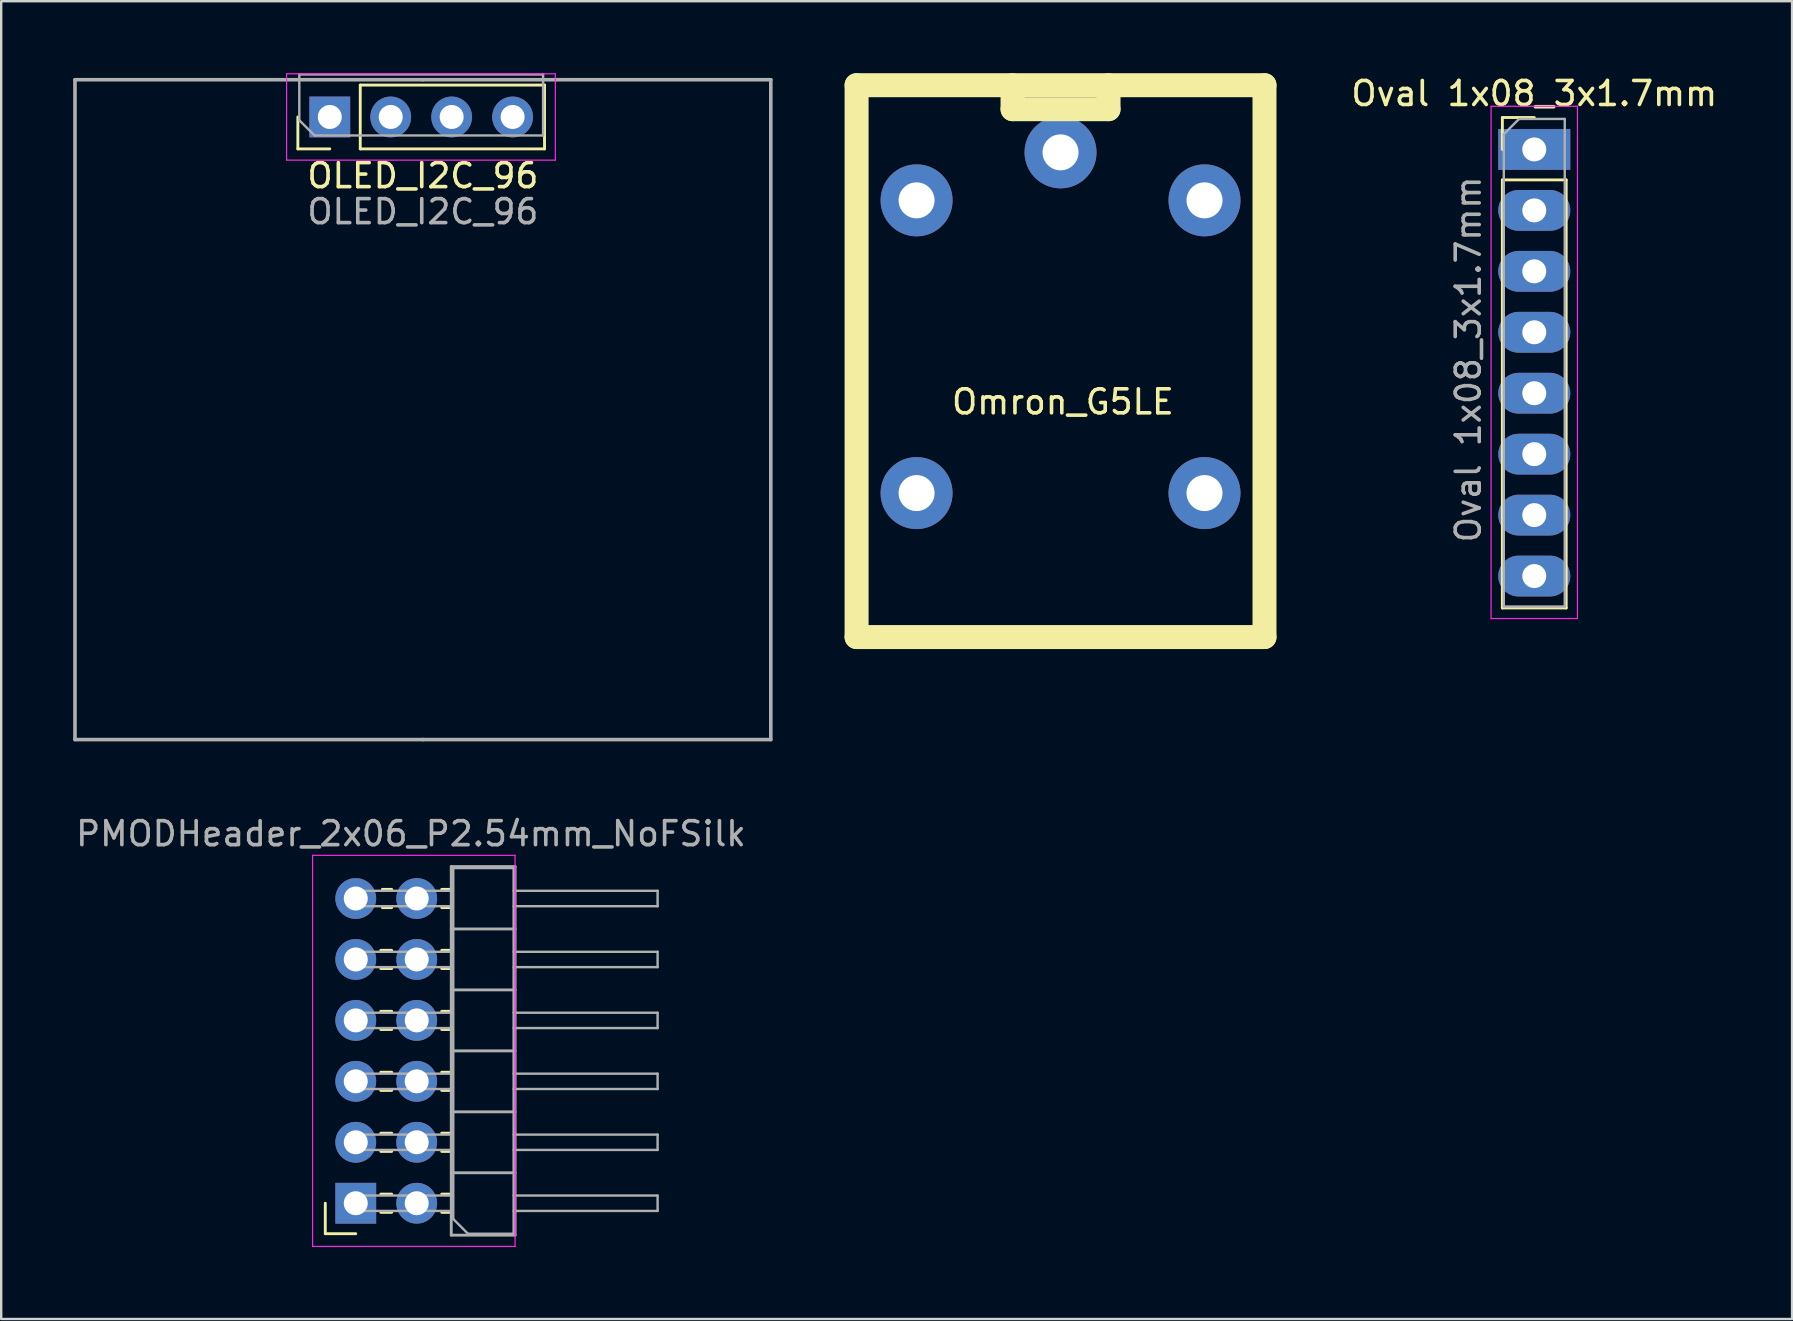
<source format=kicad_pcb>
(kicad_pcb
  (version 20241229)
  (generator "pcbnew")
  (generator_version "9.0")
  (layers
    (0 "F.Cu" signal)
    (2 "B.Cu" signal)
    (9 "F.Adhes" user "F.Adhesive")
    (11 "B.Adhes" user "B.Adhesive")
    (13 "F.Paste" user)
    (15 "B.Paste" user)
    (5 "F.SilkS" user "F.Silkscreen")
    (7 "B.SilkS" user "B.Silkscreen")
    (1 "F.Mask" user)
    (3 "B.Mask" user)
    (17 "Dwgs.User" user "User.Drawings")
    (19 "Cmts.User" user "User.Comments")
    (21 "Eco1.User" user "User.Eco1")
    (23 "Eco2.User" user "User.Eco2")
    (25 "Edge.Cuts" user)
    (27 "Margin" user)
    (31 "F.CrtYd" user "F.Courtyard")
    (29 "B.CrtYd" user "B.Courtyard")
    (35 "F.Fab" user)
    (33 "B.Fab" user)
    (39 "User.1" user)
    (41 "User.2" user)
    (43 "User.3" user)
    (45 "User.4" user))
  (footprint "OLED_I2C_96"
    (layer "F.Cu")
    (at 14.575 0.773)
    (property "Reference" "OLED_I2C_96" (at 0 3.5 180) (layer "F.SilkS") (effects (font (size 1 1) (thickness 0.15))))
    (attr through_hole)
    (fp_line (start -5.211 2.382) (end -5.211 1.052) (stroke (width 0.12) (type solid)) (layer "F.SilkS"))
    (fp_line (start -3.881 2.382) (end -5.211 2.382) (stroke (width 0.12) (type solid)) (layer "F.SilkS"))
    (fp_line (start -2.611 -0.278) (end 5.069 -0.278) (stroke (width 0.12) (type solid)) (layer "F.SilkS"))
    (fp_line (start -2.611 2.382) (end -2.611 -0.278) (stroke (width 0.12) (type solid)) (layer "F.SilkS"))
    (fp_line (start -2.611 2.382) (end 5.069 2.382) (stroke (width 0.12) (type solid)) (layer "F.SilkS"))
    (fp_line (start 5.069 2.382) (end 5.069 -0.278) (stroke (width 0.12) (type solid)) (layer "F.SilkS"))
    (fp_line (start -5.681 -0.748) (end -5.681 2.852) (stroke (width 0.05) (type solid)) (layer "F.CrtYd"))
    (fp_line (start -5.681 2.852) (end 5.519 2.852) (stroke (width 0.05) (type solid)) (layer "F.CrtYd"))
    (fp_line (start 5.519 -0.748) (end -5.681 -0.748) (stroke (width 0.05) (type solid)) (layer "F.CrtYd"))
    (fp_line (start 5.519 2.852) (end 5.519 -0.748) (stroke (width 0.05) (type solid)) (layer "F.CrtYd"))
    (fp_line (start -14.5 -0.5) (end -14.5 27) (stroke (width 0.15) (type solid)) (layer "F.Fab"))
    (fp_line (start -14.5 -0.5) (end 0 -0.5) (stroke (width 0.15) (type solid)) (layer "F.Fab"))
    (fp_line (start -14.5 27) (end 0 27) (stroke (width 0.15) (type solid)) (layer "F.Fab"))
    (fp_line (start -5.151 -0.718) (end 5.009 -0.718) (stroke (width 0.1) (type solid)) (layer "F.Fab"))
    (fp_line (start -5.151 1.187) (end -5.151 -0.718) (stroke (width 0.1) (type solid)) (layer "F.Fab"))
    (fp_line (start -4.516 1.822) (end -5.151 1.187) (stroke (width 0.1) (type solid)) (layer "F.Fab"))
    (fp_line (start 0 -0.5) (end 14.5 -0.5) (stroke (width 0.15) (type solid)) (layer "F.Fab"))
    (fp_line (start 0 27) (end 14.5 27) (stroke (width 0.15) (type solid)) (layer "F.Fab"))
    (fp_line (start 5.009 -0.718) (end 5.009 1.822) (stroke (width 0.1) (type solid)) (layer "F.Fab"))
    (fp_line (start 5.009 1.822) (end -4.516 1.822) (stroke (width 0.1) (type solid)) (layer "F.Fab"))
    (fp_line (start 14.5 -0.5) (end 14.5 27) (stroke (width 0.15) (type solid)) (layer "F.Fab"))
    (fp_text user "${REFERENCE}" (at 0 5 180) (layer "F.Fab") (effects (font (size 1 1) (thickness 0.15))))
    (pad "1" thru_hole rect (at -3.881 1.052 90) (size 1.7 1.7) (drill 1) (layers "*.Cu" "*.Mask"))
    (pad "2" thru_hole oval (at -1.341 1.052 90) (size 1.7 1.7) (drill 1) (layers "*.Cu" "*.Mask"))
    (pad "3" thru_hole oval (at 1.199 1.052 90) (size 1.7 1.7) (drill 1) (layers "*.Cu" "*.Mask"))
    (pad "4" thru_hole oval (at 3.739 1.052 90) (size 1.7 1.7) (drill 1) (layers "*.Cu" "*.Mask")))
  (footprint "Omron_G5LE"
    (layer "F.Cu")
    (at 41.15 12)
    (property "Reference" "Omron_G5LE" (at 0.1 1.7 0) (layer "F.SilkS") (effects (font (size 1 1) (thickness 0.15))))
    (attr through_hole)
    (fp_line (start -8.5 -11.5) (end -8.5 11.5) (stroke (width 1) (type solid)) (layer "F.SilkS"))
    (fp_line (start -8.5 11.5) (end 8.5 11.5) (stroke (width 1) (type solid)) (layer "F.SilkS"))
    (fp_line (start -2 -10.5) (end -2 -11.5) (stroke (width 1) (type solid)) (layer "F.SilkS"))
    (fp_line (start 2 -10.5) (end -2 -10.5) (stroke (width 1) (type solid)) (layer "F.SilkS"))
    (fp_line (start 2 -10.5) (end 2 -11.5) (stroke (width 1) (type solid)) (layer "F.SilkS"))
    (fp_line (start 8.5 -11.5) (end -8.5 -11.5) (stroke (width 1) (type solid)) (layer "F.SilkS"))
    (fp_line (start 8.5 11.5) (end 8.5 -11.5) (stroke (width 1) (type solid)) (layer "F.SilkS"))
    (pad "1" thru_hole circle (at 0 -8.7) (size 3 3) (drill 1.5) (layers "*.Cu" "*.Mask"))
    (pad "2" thru_hole circle (at 6 -6.7) (size 3 3) (drill 1.5) (layers "*.Cu" "*.Mask"))
    (pad "3" thru_hole circle (at 6 5.5) (size 3 3) (drill 1.5) (layers "*.Cu" "*.Mask"))
    (pad "4" thru_hole circle (at -6 5.5) (size 3 3) (drill 1.5) (layers "*.Cu" "*.Mask"))
    (pad "5" thru_hole circle (at -6 -6.7) (size 3 3) (drill 1.5) (layers "*.Cu" "*.Mask")))
  (footprint "Oval 1x08_3x1.7mm"
    (layer "F.Cu")
    (at 60.894 3.178)
    (property "Reference" "Oval 1x08_3x1.7mm" (at 0 -2.33 0) (layer "F.SilkS") (effects (font (size 1 1) (thickness 0.15))))
    (attr through_hole)
    (fp_line (start -1.33 -1.33) (end 0 -1.33) (stroke (width 0.12) (type solid)) (layer "F.SilkS"))
    (fp_line (start -1.33 0) (end -1.33 -1.33) (stroke (width 0.12) (type solid)) (layer "F.SilkS"))
    (fp_line (start -1.33 1.27) (end -1.33 19.11) (stroke (width 0.12) (type solid)) (layer "F.SilkS"))
    (fp_line (start -1.33 1.27) (end 1.33 1.27) (stroke (width 0.12) (type solid)) (layer "F.SilkS"))
    (fp_line (start -1.33 19.11) (end 1.33 19.11) (stroke (width 0.12) (type solid)) (layer "F.SilkS"))
    (fp_line (start 1.33 1.27) (end 1.33 19.11) (stroke (width 0.12) (type solid)) (layer "F.SilkS"))
    (fp_line (start -1.8 -1.8) (end -1.8 19.55) (stroke (width 0.05) (type solid)) (layer "F.CrtYd"))
    (fp_line (start -1.8 19.55) (end 1.8 19.55) (stroke (width 0.05) (type solid)) (layer "F.CrtYd"))
    (fp_line (start 1.8 -1.8) (end -1.8 -1.8) (stroke (width 0.05) (type solid)) (layer "F.CrtYd"))
    (fp_line (start 1.8 19.55) (end 1.8 -1.8) (stroke (width 0.05) (type solid)) (layer "F.CrtYd"))
    (fp_line (start -1.27 -0.635) (end -0.635 -1.27) (stroke (width 0.1) (type solid)) (layer "F.Fab"))
    (fp_line (start -1.27 19.05) (end -1.27 -0.635) (stroke (width 0.1) (type solid)) (layer "F.Fab"))
    (fp_line (start -0.635 -1.27) (end 1.27 -1.27) (stroke (width 0.1) (type solid)) (layer "F.Fab"))
    (fp_line (start 1.27 -1.27) (end 1.27 19.05) (stroke (width 0.1) (type solid)) (layer "F.Fab"))
    (fp_line (start 1.27 19.05) (end -1.27 19.05) (stroke (width 0.1) (type solid)) (layer "F.Fab"))
    (fp_text user "${REFERENCE}" (at -2.75 8.75 90) (layer "F.Fab") (effects (font (size 1 1) (thickness 0.15))))
    (pad "1" thru_hole rect (at 0 0) (size 3 1.7) (drill 1) (layers "*.Cu" "*.Mask"))
    (pad "2" thru_hole oval (at 0 2.54) (size 3 1.7) (drill 1) (layers "*.Cu" "*.Mask"))
    (pad "3" thru_hole oval (at 0 5.08) (size 3 1.7) (drill 1) (layers "*.Cu" "*.Mask"))
    (pad "4" thru_hole oval (at 0 7.62) (size 3 1.7) (drill 1) (layers "*.Cu" "*.Mask"))
    (pad "5" thru_hole oval (at 0 10.16) (size 3 1.7) (drill 1) (layers "*.Cu" "*.Mask"))
    (pad "6" thru_hole oval (at 0 12.7) (size 3 1.7) (drill 1) (layers "*.Cu" "*.Mask"))
    (pad "7" thru_hole oval (at 0 15.24) (size 3 1.7) (drill 1) (layers "*.Cu" "*.Mask"))
    (pad "8" thru_hole oval (at 0 17.78) (size 3 1.7) (drill 1) (layers "*.Cu" "*.Mask")))
  (footprint "PMODHeader_2x06_P2.54mm_NoFSilk"
    (layer "F.Cu")
    (at 11.777 34.397)
    (property "Reference" "PMODHeader_2x06_P2.54mm_NoFSilk" (at 2.3 -2.7 180) (layer "F.Fab") (effects (font (size 1 1) (thickness 0.15))))
    (attr through_hole)
    (fp_line (start -1.27 13.97) (end -1.27 12.7) (stroke (width 0.12) (type solid)) (layer "F.SilkS"))
    (fp_line (start 0 13.97) (end -1.27 13.97) (stroke (width 0.12) (type solid)) (layer "F.SilkS"))
    (fp_line (start 1.043 2.16) (end 1.497 2.16) (stroke (width 0.12) (type solid)) (layer "F.SilkS"))
    (fp_line (start 1.043 2.92) (end 1.497 2.92) (stroke (width 0.12) (type solid)) (layer "F.SilkS"))
    (fp_line (start 1.043 4.7) (end 1.497 4.7) (stroke (width 0.12) (type solid)) (layer "F.SilkS"))
    (fp_line (start 1.043 5.46) (end 1.497 5.46) (stroke (width 0.12) (type solid)) (layer "F.SilkS"))
    (fp_line (start 1.043 7.24) (end 1.497 7.24) (stroke (width 0.12) (type solid)) (layer "F.SilkS"))
    (fp_line (start 1.043 8) (end 1.497 8) (stroke (width 0.12) (type solid)) (layer "F.SilkS"))
    (fp_line (start 1.043 9.78) (end 1.497 9.78) (stroke (width 0.12) (type solid)) (layer "F.SilkS"))
    (fp_line (start 1.043 10.54) (end 1.497 10.54) (stroke (width 0.12) (type solid)) (layer "F.SilkS"))
    (fp_line (start 1.043 12.32) (end 1.497 12.32) (stroke (width 0.12) (type solid)) (layer "F.SilkS"))
    (fp_line (start 1.043 13.08) (end 1.497 13.08) (stroke (width 0.12) (type solid)) (layer "F.SilkS"))
    (fp_line (start 1.11 -0.38) (end 1.497 -0.38) (stroke (width 0.12) (type solid)) (layer "F.SilkS"))
    (fp_line (start 1.11 0.38) (end 1.497 0.38) (stroke (width 0.12) (type solid)) (layer "F.SilkS"))
    (fp_line (start 3.583 -0.38) (end 3.98 -0.38) (stroke (width 0.12) (type solid)) (layer "F.SilkS"))
    (fp_line (start 3.583 0.38) (end 3.98 0.38) (stroke (width 0.12) (type solid)) (layer "F.SilkS"))
    (fp_line (start 3.583 2.16) (end 3.98 2.16) (stroke (width 0.12) (type solid)) (layer "F.SilkS"))
    (fp_line (start 3.583 2.92) (end 3.98 2.92) (stroke (width 0.12) (type solid)) (layer "F.SilkS"))
    (fp_line (start 3.583 4.7) (end 3.98 4.7) (stroke (width 0.12) (type solid)) (layer "F.SilkS"))
    (fp_line (start 3.583 5.46) (end 3.98 5.46) (stroke (width 0.12) (type solid)) (layer "F.SilkS"))
    (fp_line (start 3.583 7.24) (end 3.98 7.24) (stroke (width 0.12) (type solid)) (layer "F.SilkS"))
    (fp_line (start 3.583 8) (end 3.98 8) (stroke (width 0.12) (type solid)) (layer "F.SilkS"))
    (fp_line (start 3.583 9.78) (end 3.98 9.78) (stroke (width 0.12) (type solid)) (layer "F.SilkS"))
    (fp_line (start 3.583 10.54) (end 3.98 10.54) (stroke (width 0.12) (type solid)) (layer "F.SilkS"))
    (fp_line (start 3.583 12.32) (end 3.98 12.32) (stroke (width 0.12) (type solid)) (layer "F.SilkS"))
    (fp_line (start 3.583 13.08) (end 3.98 13.08) (stroke (width 0.12) (type solid)) (layer "F.SilkS"))
    (fp_line (start -1.8 -1.8) (end -1.8 14.5) (stroke (width 0.05) (type solid)) (layer "F.CrtYd"))
    (fp_line (start -1.8 14.5) (end 6.64 14.5) (stroke (width 0.05) (type solid)) (layer "F.CrtYd"))
    (fp_line (start 6.64 -1.8) (end -1.8 -1.8) (stroke (width 0.05) (type solid)) (layer "F.CrtYd"))
    (fp_line (start 6.64 14.5) (end 6.64 -1.8) (stroke (width 0.05) (type solid)) (layer "F.CrtYd"))
    (fp_line (start -0.32 -0.32) (end -0.32 0.32) (stroke (width 0.1) (type solid)) (layer "F.Fab"))
    (fp_line (start -0.32 -0.32) (end 4.04 -0.32) (stroke (width 0.1) (type solid)) (layer "F.Fab"))
    (fp_line (start -0.32 0.32) (end 4.04 0.32) (stroke (width 0.1) (type solid)) (layer "F.Fab"))
    (fp_line (start -0.32 2.22) (end -0.32 2.86) (stroke (width 0.1) (type solid)) (layer "F.Fab"))
    (fp_line (start -0.32 2.22) (end 4.04 2.22) (stroke (width 0.1) (type solid)) (layer "F.Fab"))
    (fp_line (start -0.32 2.86) (end 4.04 2.86) (stroke (width 0.1) (type solid)) (layer "F.Fab"))
    (fp_line (start -0.32 4.76) (end -0.32 5.4) (stroke (width 0.1) (type solid)) (layer "F.Fab"))
    (fp_line (start -0.32 4.76) (end 4.04 4.76) (stroke (width 0.1) (type solid)) (layer "F.Fab"))
    (fp_line (start -0.32 5.4) (end 4.04 5.4) (stroke (width 0.1) (type solid)) (layer "F.Fab"))
    (fp_line (start -0.32 7.3) (end -0.32 7.94) (stroke (width 0.1) (type solid)) (layer "F.Fab"))
    (fp_line (start -0.32 7.3) (end 4.04 7.3) (stroke (width 0.1) (type solid)) (layer "F.Fab"))
    (fp_line (start -0.32 7.94) (end 4.04 7.94) (stroke (width 0.1) (type solid)) (layer "F.Fab"))
    (fp_line (start -0.32 9.84) (end -0.32 10.48) (stroke (width 0.1) (type solid)) (layer "F.Fab"))
    (fp_line (start -0.32 9.84) (end 4.04 9.84) (stroke (width 0.1) (type solid)) (layer "F.Fab"))
    (fp_line (start -0.32 10.48) (end 4.04 10.48) (stroke (width 0.1) (type solid)) (layer "F.Fab"))
    (fp_line (start -0.32 12.38) (end -0.32 13.02) (stroke (width 0.1) (type solid)) (layer "F.Fab"))
    (fp_line (start -0.32 12.38) (end 4.04 12.38) (stroke (width 0.1) (type solid)) (layer "F.Fab"))
    (fp_line (start -0.32 13.02) (end 4.04 13.02) (stroke (width 0.1) (type solid)) (layer "F.Fab"))
    (fp_line (start 3.98 -1.33) (end 3.98 14.03) (stroke (width 0.12) (type solid)) (layer "F.Fab"))
    (fp_line (start 3.98 1.27) (end 6.64 1.27) (stroke (width 0.12) (type solid)) (layer "F.Fab"))
    (fp_line (start 3.98 3.81) (end 6.64 3.81) (stroke (width 0.12) (type solid)) (layer "F.Fab"))
    (fp_line (start 3.98 6.35) (end 6.64 6.35) (stroke (width 0.12) (type solid)) (layer "F.Fab"))
    (fp_line (start 3.98 8.89) (end 6.64 8.89) (stroke (width 0.12) (type solid)) (layer "F.Fab"))
    (fp_line (start 3.98 11.43) (end 6.64 11.43) (stroke (width 0.12) (type solid)) (layer "F.Fab"))
    (fp_line (start 3.98 14.03) (end 6.64 14.03) (stroke (width 0.12) (type solid)) (layer "F.Fab"))
    (fp_line (start 4.04 13.335) (end 4.675 13.97) (stroke (width 0.1) (type solid)) (layer "F.Fab"))
    (fp_line (start 4.064 -1.27) (end 6.58 -1.27) (stroke (width 0.1) (type solid)) (layer "F.Fab"))
    (fp_line (start 4.064 13.335) (end 4.064 -1.27) (stroke (width 0.1) (type solid)) (layer "F.Fab"))
    (fp_line (start 6.58 -1.27) (end 6.58 13.97) (stroke (width 0.1) (type solid)) (layer "F.Fab"))
    (fp_line (start 6.58 -0.32) (end 12.58 -0.32) (stroke (width 0.1) (type solid)) (layer "F.Fab"))
    (fp_line (start 6.58 0.32) (end 12.58 0.32) (stroke (width 0.1) (type solid)) (layer "F.Fab"))
    (fp_line (start 6.58 2.22) (end 12.58 2.22) (stroke (width 0.1) (type solid)) (layer "F.Fab"))
    (fp_line (start 6.58 2.86) (end 12.58 2.86) (stroke (width 0.1) (type solid)) (layer "F.Fab"))
    (fp_line (start 6.58 4.76) (end 12.58 4.76) (stroke (width 0.1) (type solid)) (layer "F.Fab"))
    (fp_line (start 6.58 5.4) (end 12.58 5.4) (stroke (width 0.1) (type solid)) (layer "F.Fab"))
    (fp_line (start 6.58 7.3) (end 12.58 7.3) (stroke (width 0.1) (type solid)) (layer "F.Fab"))
    (fp_line (start 6.58 7.94) (end 12.58 7.94) (stroke (width 0.1) (type solid)) (layer "F.Fab"))
    (fp_line (start 6.58 9.84) (end 12.58 9.84) (stroke (width 0.1) (type solid)) (layer "F.Fab"))
    (fp_line (start 6.58 10.48) (end 12.58 10.48) (stroke (width 0.1) (type solid)) (layer "F.Fab"))
    (fp_line (start 6.58 12.38) (end 12.58 12.38) (stroke (width 0.1) (type solid)) (layer "F.Fab"))
    (fp_line (start 6.58 13.02) (end 12.58 13.02) (stroke (width 0.1) (type solid)) (layer "F.Fab"))
    (fp_line (start 6.58 13.97) (end 4.699 13.97) (stroke (width 0.1) (type solid)) (layer "F.Fab"))
    (fp_line (start 6.64 -1.33) (end 3.98 -1.33) (stroke (width 0.12) (type solid)) (layer "F.Fab"))
    (fp_line (start 6.64 14.03) (end 6.64 -1.33) (stroke (width 0.12) (type solid)) (layer "F.Fab"))
    (fp_line (start 12.58 -0.32) (end 12.58 0.32) (stroke (width 0.1) (type solid)) (layer "F.Fab"))
    (fp_line (start 12.58 2.22) (end 12.58 2.86) (stroke (width 0.1) (type solid)) (layer "F.Fab"))
    (fp_line (start 12.58 4.76) (end 12.58 5.4) (stroke (width 0.1) (type solid)) (layer "F.Fab"))
    (fp_line (start 12.58 7.3) (end 12.58 7.94) (stroke (width 0.1) (type solid)) (layer "F.Fab"))
    (fp_line (start 12.58 9.84) (end 12.58 10.48) (stroke (width 0.1) (type solid)) (layer "F.Fab"))
    (fp_line (start 12.58 12.38) (end 12.58 13.02) (stroke (width 0.1) (type solid)) (layer "F.Fab"))
    (pad "1" thru_hole rect (at 0 12.7) (size 1.7 1.7) (drill 1) (layers "*.Cu" "*.Mask"))
    (pad "2" thru_hole oval (at 0 10.16) (size 1.7 1.7) (drill 1) (layers "*.Cu" "*.Mask"))
    (pad "3" thru_hole oval (at 0 7.62) (size 1.7 1.7) (drill 1) (layers "*.Cu" "*.Mask"))
    (pad "4" thru_hole oval (at 0 5.08) (size 1.7 1.7) (drill 1) (layers "*.Cu" "*.Mask"))
    (pad "5" thru_hole oval (at 0 2.54) (size 1.7 1.7) (drill 1) (layers "*.Cu" "*.Mask"))
    (pad "6" thru_hole circle (at 0 0) (size 1.7 1.7) (drill 1) (layers "*.Cu" "*.Mask"))
    (pad "7" thru_hole circle (at 2.54 12.7) (size 1.7 1.7) (drill 1) (layers "*.Cu" "*.Mask"))
    (pad "8" thru_hole oval (at 2.54 10.16) (size 1.7 1.7) (drill 1) (layers "*.Cu" "*.Mask"))
    (pad "9" thru_hole oval (at 2.54 7.62) (size 1.7 1.7) (drill 1) (layers "*.Cu" "*.Mask"))
    (pad "10" thru_hole oval (at 2.54 5.08) (size 1.7 1.7) (drill 1) (layers "*.Cu" "*.Mask"))
    (pad "11" thru_hole oval (at 2.54 2.54) (size 1.7 1.7) (drill 1) (layers "*.Cu" "*.Mask"))
    (pad "12" thru_hole oval (at 2.54 0) (size 1.7 1.7) (drill 1) (layers "*.Cu" "*.Mask")))
  (gr_rect
    (start -3 -3)
    (end 71.638 51.922)
    (stroke (width 0.1) (type default))
    (fill no)
    (layer "Edge.Cuts")))
</source>
